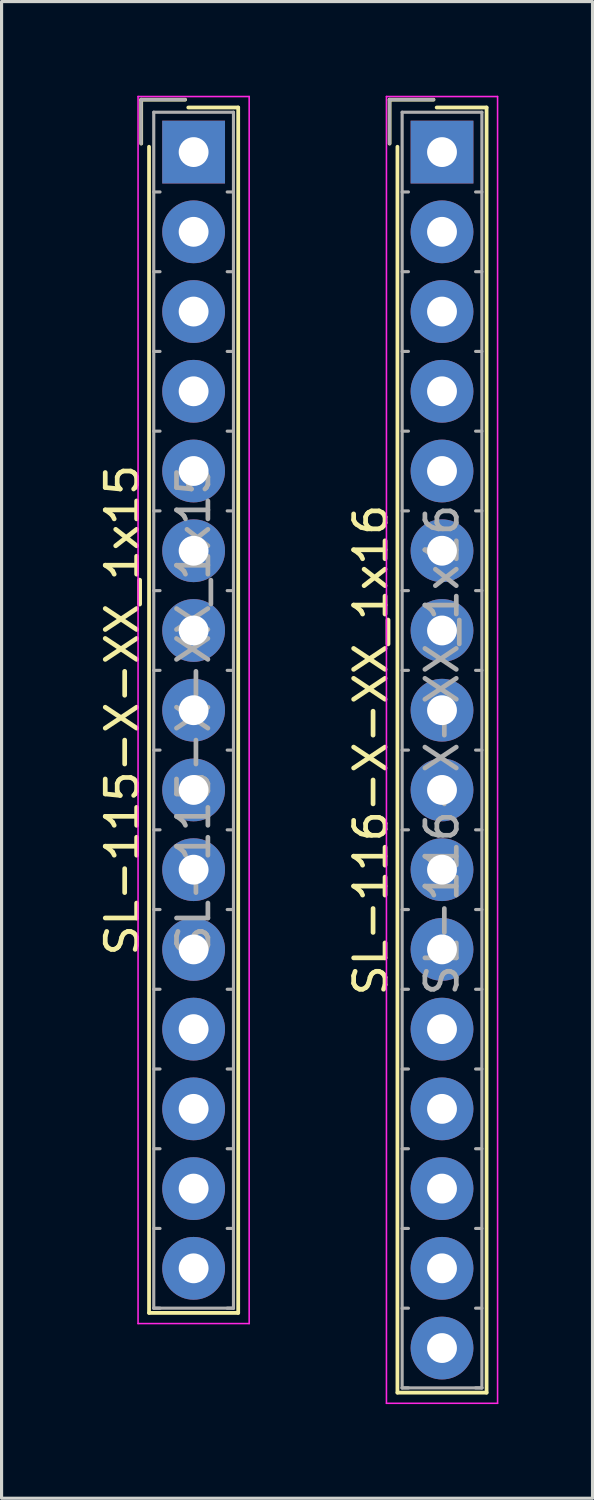
<source format=kicad_pcb>
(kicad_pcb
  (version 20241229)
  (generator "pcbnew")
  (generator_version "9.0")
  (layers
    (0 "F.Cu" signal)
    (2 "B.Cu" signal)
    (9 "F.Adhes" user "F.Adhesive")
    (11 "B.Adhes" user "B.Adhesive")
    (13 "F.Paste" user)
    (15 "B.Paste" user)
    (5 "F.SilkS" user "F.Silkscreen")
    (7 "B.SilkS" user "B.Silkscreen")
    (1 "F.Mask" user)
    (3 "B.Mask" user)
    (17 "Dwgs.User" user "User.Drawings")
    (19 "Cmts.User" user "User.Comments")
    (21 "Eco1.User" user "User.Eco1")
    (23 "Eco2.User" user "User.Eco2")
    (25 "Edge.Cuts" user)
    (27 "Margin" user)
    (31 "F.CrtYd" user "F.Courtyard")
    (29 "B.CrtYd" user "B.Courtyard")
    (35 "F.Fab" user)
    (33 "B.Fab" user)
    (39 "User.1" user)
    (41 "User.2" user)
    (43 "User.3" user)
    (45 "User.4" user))
  (footprint "SL-116-X-XX_1x16"
    (layer "F.Cu")
    (at 11.031 1.795)
    (property "Reference" "SL-116-X-XX_1x16" (at -2.27 19.05 90) (layer "F.SilkS") (effects (font (size 1 1) (thickness 0.15))))
    (attr through_hole)
    (fp_line (start -1.67 -1.67) (end -1.67 -0.27) (stroke (width 0.12) (type solid)) (layer "F.SilkS"))
    (fp_line (start -1.42 39.52) (end -1.42 -0.17) (stroke (width 0.12) (type solid)) (layer "F.SilkS"))
    (fp_line (start -0.27 -1.67) (end -1.67 -1.67) (stroke (width 0.12) (type solid)) (layer "F.SilkS"))
    (fp_line (start -0.17 -1.42) (end 1.42 -1.42) (stroke (width 0.12) (type solid)) (layer "F.SilkS"))
    (fp_line (start 1.42 -1.42) (end 1.42 39.52) (stroke (width 0.12) (type solid)) (layer "F.SilkS"))
    (fp_line (start 1.42 39.52) (end -1.42 39.52) (stroke (width 0.12) (type solid)) (layer "F.SilkS"))
    (fp_line (start -1.77 -1.77) (end -1.77 39.86) (stroke (width 0.05) (type solid)) (layer "F.CrtYd"))
    (fp_line (start -1.77 39.86) (end 1.77 39.86) (stroke (width 0.05) (type solid)) (layer "F.CrtYd"))
    (fp_line (start 1.77 -1.77) (end -1.77 -1.77) (stroke (width 0.05) (type solid)) (layer "F.CrtYd"))
    (fp_line (start 1.77 39.86) (end 1.77 -1.77) (stroke (width 0.05) (type solid)) (layer "F.CrtYd"))
    (fp_line (start -1.67 -1.67) (end -1.67 -0.27) (stroke (width 0.1) (type solid)) (layer "F.Fab"))
    (fp_line (start -1.27 -1.27) (end -1.27 39.37) (stroke (width 0.1) (type solid)) (layer "F.Fab"))
    (fp_line (start -1.27 1.27) (end -1.07 1.27) (stroke (width 0.1) (type solid)) (layer "F.Fab"))
    (fp_line (start -1.27 3.81) (end -1.07 3.81) (stroke (width 0.1) (type solid)) (layer "F.Fab"))
    (fp_line (start -1.27 6.35) (end -1.07 6.35) (stroke (width 0.1) (type solid)) (layer "F.Fab"))
    (fp_line (start -1.27 8.89) (end -1.07 8.89) (stroke (width 0.1) (type solid)) (layer "F.Fab"))
    (fp_line (start -1.27 11.43) (end -1.07 11.43) (stroke (width 0.1) (type solid)) (layer "F.Fab"))
    (fp_line (start -1.27 13.97) (end -1.07 13.97) (stroke (width 0.1) (type solid)) (layer "F.Fab"))
    (fp_line (start -1.27 16.51) (end -1.07 16.51) (stroke (width 0.1) (type solid)) (layer "F.Fab"))
    (fp_line (start -1.27 19.05) (end -1.07 19.05) (stroke (width 0.1) (type solid)) (layer "F.Fab"))
    (fp_line (start -1.27 21.59) (end -1.07 21.59) (stroke (width 0.1) (type solid)) (layer "F.Fab"))
    (fp_line (start -1.27 24.13) (end -1.07 24.13) (stroke (width 0.1) (type solid)) (layer "F.Fab"))
    (fp_line (start -1.27 26.67) (end -1.07 26.67) (stroke (width 0.1) (type solid)) (layer "F.Fab"))
    (fp_line (start -1.27 29.21) (end -1.07 29.21) (stroke (width 0.1) (type solid)) (layer "F.Fab"))
    (fp_line (start -1.27 31.75) (end -1.07 31.75) (stroke (width 0.1) (type solid)) (layer "F.Fab"))
    (fp_line (start -1.27 34.29) (end -1.07 34.29) (stroke (width 0.1) (type solid)) (layer "F.Fab"))
    (fp_line (start -1.27 36.83) (end -1.07 36.83) (stroke (width 0.1) (type solid)) (layer "F.Fab"))
    (fp_line (start -1.27 39.37) (end -1.07 39.37) (stroke (width 0.1) (type solid)) (layer "F.Fab"))
    (fp_line (start -1.27 39.37) (end 1.27 39.37) (stroke (width 0.1) (type solid)) (layer "F.Fab"))
    (fp_line (start -0.27 -1.67) (end -1.67 -1.67) (stroke (width 0.1) (type solid)) (layer "F.Fab"))
    (fp_line (start 1.27 -1.27) (end -1.27 -1.27) (stroke (width 0.1) (type solid)) (layer "F.Fab"))
    (fp_line (start 1.27 1.27) (end 1.07 1.27) (stroke (width 0.1) (type solid)) (layer "F.Fab"))
    (fp_line (start 1.27 3.81) (end 1.07 3.81) (stroke (width 0.1) (type solid)) (layer "F.Fab"))
    (fp_line (start 1.27 6.35) (end 1.07 6.35) (stroke (width 0.1) (type solid)) (layer "F.Fab"))
    (fp_line (start 1.27 8.89) (end 1.07 8.89) (stroke (width 0.1) (type solid)) (layer "F.Fab"))
    (fp_line (start 1.27 11.43) (end 1.07 11.43) (stroke (width 0.1) (type solid)) (layer "F.Fab"))
    (fp_line (start 1.27 13.97) (end 1.07 13.97) (stroke (width 0.1) (type solid)) (layer "F.Fab"))
    (fp_line (start 1.27 16.51) (end 1.07 16.51) (stroke (width 0.1) (type solid)) (layer "F.Fab"))
    (fp_line (start 1.27 19.05) (end 1.07 19.05) (stroke (width 0.1) (type solid)) (layer "F.Fab"))
    (fp_line (start 1.27 21.59) (end 1.07 21.59) (stroke (width 0.1) (type solid)) (layer "F.Fab"))
    (fp_line (start 1.27 24.13) (end 1.07 24.13) (stroke (width 0.1) (type solid)) (layer "F.Fab"))
    (fp_line (start 1.27 26.67) (end 1.07 26.67) (stroke (width 0.1) (type solid)) (layer "F.Fab"))
    (fp_line (start 1.27 29.21) (end 1.07 29.21) (stroke (width 0.1) (type solid)) (layer "F.Fab"))
    (fp_line (start 1.27 31.75) (end 1.07 31.75) (stroke (width 0.1) (type solid)) (layer "F.Fab"))
    (fp_line (start 1.27 34.29) (end 1.07 34.29) (stroke (width 0.1) (type solid)) (layer "F.Fab"))
    (fp_line (start 1.27 36.83) (end 1.07 36.83) (stroke (width 0.1) (type solid)) (layer "F.Fab"))
    (fp_line (start 1.27 39.37) (end 1.07 39.37) (stroke (width 0.1) (type solid)) (layer "F.Fab"))
    (fp_line (start 1.27 39.37) (end 1.27 -1.27) (stroke (width 0.1) (type solid)) (layer "F.Fab"))
    (fp_text user "${REFERENCE}" (at 0 19.05 90) (layer "F.Fab") (effects (font (size 1 1) (thickness 0.15))))
    (pad "1" thru_hole rect (at 0 0) (size 2 2) (drill 0.95) (layers "*.Cu" "*.Mask"))
    (pad "2" thru_hole circle (at 0 2.54) (size 2 2) (drill 0.95) (layers "*.Cu" "*.Mask"))
    (pad "3" thru_hole circle (at 0 5.08) (size 2 2) (drill 0.95) (layers "*.Cu" "*.Mask"))
    (pad "4" thru_hole circle (at 0 7.62) (size 2 2) (drill 0.95) (layers "*.Cu" "*.Mask"))
    (pad "5" thru_hole circle (at 0 10.16) (size 2 2) (drill 0.95) (layers "*.Cu" "*.Mask"))
    (pad "6" thru_hole circle (at 0 12.7) (size 2 2) (drill 0.95) (layers "*.Cu" "*.Mask"))
    (pad "7" thru_hole circle (at 0 15.24) (size 2 2) (drill 0.95) (layers "*.Cu" "*.Mask"))
    (pad "8" thru_hole circle (at 0 17.78) (size 2 2) (drill 0.95) (layers "*.Cu" "*.Mask"))
    (pad "9" thru_hole circle (at 0 20.32) (size 2 2) (drill 0.95) (layers "*.Cu" "*.Mask"))
    (pad "10" thru_hole circle (at 0 22.86) (size 2 2) (drill 0.95) (layers "*.Cu" "*.Mask"))
    (pad "11" thru_hole circle (at 0 25.4) (size 2 2) (drill 0.95) (layers "*.Cu" "*.Mask"))
    (pad "12" thru_hole circle (at 0 27.94) (size 2 2) (drill 0.95) (layers "*.Cu" "*.Mask"))
    (pad "13" thru_hole circle (at 0 30.48) (size 2 2) (drill 0.95) (layers "*.Cu" "*.Mask"))
    (pad "14" thru_hole circle (at 0 33.02) (size 2 2) (drill 0.95) (layers "*.Cu" "*.Mask"))
    (pad "15" thru_hole circle (at 0 35.56) (size 2 2) (drill 0.95) (layers "*.Cu" "*.Mask"))
    (pad "16" thru_hole circle (at 0 38.1) (size 2 2) (drill 0.95) (layers "*.Cu" "*.Mask")))
  (footprint "SL-115-X-XX_1x15"
    (layer "F.Cu")
    (at 3.118 1.795)
    (property "Reference" "SL-115-X-XX_1x15" (at -2.27 17.78 90) (layer "F.SilkS") (effects (font (size 1 1) (thickness 0.15))))
    (attr through_hole)
    (fp_line (start -1.67 -1.67) (end -1.67 -0.27) (stroke (width 0.12) (type solid)) (layer "F.SilkS"))
    (fp_line (start -1.42 36.98) (end -1.42 -0.17) (stroke (width 0.12) (type solid)) (layer "F.SilkS"))
    (fp_line (start -0.27 -1.67) (end -1.67 -1.67) (stroke (width 0.12) (type solid)) (layer "F.SilkS"))
    (fp_line (start -0.17 -1.42) (end 1.42 -1.42) (stroke (width 0.12) (type solid)) (layer "F.SilkS"))
    (fp_line (start 1.42 -1.42) (end 1.42 36.98) (stroke (width 0.12) (type solid)) (layer "F.SilkS"))
    (fp_line (start 1.42 36.98) (end -1.42 36.98) (stroke (width 0.12) (type solid)) (layer "F.SilkS"))
    (fp_line (start -1.77 -1.77) (end -1.77 37.32) (stroke (width 0.05) (type solid)) (layer "F.CrtYd"))
    (fp_line (start -1.77 37.32) (end 1.77 37.32) (stroke (width 0.05) (type solid)) (layer "F.CrtYd"))
    (fp_line (start 1.77 -1.77) (end -1.77 -1.77) (stroke (width 0.05) (type solid)) (layer "F.CrtYd"))
    (fp_line (start 1.77 37.32) (end 1.77 -1.77) (stroke (width 0.05) (type solid)) (layer "F.CrtYd"))
    (fp_line (start -1.67 -1.67) (end -1.67 -0.27) (stroke (width 0.1) (type solid)) (layer "F.Fab"))
    (fp_line (start -1.27 -1.27) (end -1.27 36.83) (stroke (width 0.1) (type solid)) (layer "F.Fab"))
    (fp_line (start -1.27 1.27) (end -1.07 1.27) (stroke (width 0.1) (type solid)) (layer "F.Fab"))
    (fp_line (start -1.27 3.81) (end -1.07 3.81) (stroke (width 0.1) (type solid)) (layer "F.Fab"))
    (fp_line (start -1.27 6.35) (end -1.07 6.35) (stroke (width 0.1) (type solid)) (layer "F.Fab"))
    (fp_line (start -1.27 8.89) (end -1.07 8.89) (stroke (width 0.1) (type solid)) (layer "F.Fab"))
    (fp_line (start -1.27 11.43) (end -1.07 11.43) (stroke (width 0.1) (type solid)) (layer "F.Fab"))
    (fp_line (start -1.27 13.97) (end -1.07 13.97) (stroke (width 0.1) (type solid)) (layer "F.Fab"))
    (fp_line (start -1.27 16.51) (end -1.07 16.51) (stroke (width 0.1) (type solid)) (layer "F.Fab"))
    (fp_line (start -1.27 19.05) (end -1.07 19.05) (stroke (width 0.1) (type solid)) (layer "F.Fab"))
    (fp_line (start -1.27 21.59) (end -1.07 21.59) (stroke (width 0.1) (type solid)) (layer "F.Fab"))
    (fp_line (start -1.27 24.13) (end -1.07 24.13) (stroke (width 0.1) (type solid)) (layer "F.Fab"))
    (fp_line (start -1.27 26.67) (end -1.07 26.67) (stroke (width 0.1) (type solid)) (layer "F.Fab"))
    (fp_line (start -1.27 29.21) (end -1.07 29.21) (stroke (width 0.1) (type solid)) (layer "F.Fab"))
    (fp_line (start -1.27 31.75) (end -1.07 31.75) (stroke (width 0.1) (type solid)) (layer "F.Fab"))
    (fp_line (start -1.27 34.29) (end -1.07 34.29) (stroke (width 0.1) (type solid)) (layer "F.Fab"))
    (fp_line (start -1.27 36.83) (end -1.07 36.83) (stroke (width 0.1) (type solid)) (layer "F.Fab"))
    (fp_line (start -1.27 36.83) (end 1.27 36.83) (stroke (width 0.1) (type solid)) (layer "F.Fab"))
    (fp_line (start -0.27 -1.67) (end -1.67 -1.67) (stroke (width 0.1) (type solid)) (layer "F.Fab"))
    (fp_line (start 1.27 -1.27) (end -1.27 -1.27) (stroke (width 0.1) (type solid)) (layer "F.Fab"))
    (fp_line (start 1.27 1.27) (end 1.07 1.27) (stroke (width 0.1) (type solid)) (layer "F.Fab"))
    (fp_line (start 1.27 3.81) (end 1.07 3.81) (stroke (width 0.1) (type solid)) (layer "F.Fab"))
    (fp_line (start 1.27 6.35) (end 1.07 6.35) (stroke (width 0.1) (type solid)) (layer "F.Fab"))
    (fp_line (start 1.27 8.89) (end 1.07 8.89) (stroke (width 0.1) (type solid)) (layer "F.Fab"))
    (fp_line (start 1.27 11.43) (end 1.07 11.43) (stroke (width 0.1) (type solid)) (layer "F.Fab"))
    (fp_line (start 1.27 13.97) (end 1.07 13.97) (stroke (width 0.1) (type solid)) (layer "F.Fab"))
    (fp_line (start 1.27 16.51) (end 1.07 16.51) (stroke (width 0.1) (type solid)) (layer "F.Fab"))
    (fp_line (start 1.27 19.05) (end 1.07 19.05) (stroke (width 0.1) (type solid)) (layer "F.Fab"))
    (fp_line (start 1.27 21.59) (end 1.07 21.59) (stroke (width 0.1) (type solid)) (layer "F.Fab"))
    (fp_line (start 1.27 24.13) (end 1.07 24.13) (stroke (width 0.1) (type solid)) (layer "F.Fab"))
    (fp_line (start 1.27 26.67) (end 1.07 26.67) (stroke (width 0.1) (type solid)) (layer "F.Fab"))
    (fp_line (start 1.27 29.21) (end 1.07 29.21) (stroke (width 0.1) (type solid)) (layer "F.Fab"))
    (fp_line (start 1.27 31.75) (end 1.07 31.75) (stroke (width 0.1) (type solid)) (layer "F.Fab"))
    (fp_line (start 1.27 34.29) (end 1.07 34.29) (stroke (width 0.1) (type solid)) (layer "F.Fab"))
    (fp_line (start 1.27 36.83) (end 1.07 36.83) (stroke (width 0.1) (type solid)) (layer "F.Fab"))
    (fp_line (start 1.27 36.83) (end 1.27 -1.27) (stroke (width 0.1) (type solid)) (layer "F.Fab"))
    (fp_text user "${REFERENCE}" (at 0 17.78 90) (layer "F.Fab") (effects (font (size 1 1) (thickness 0.15))))
    (pad "1" thru_hole rect (at 0 0) (size 2 2) (drill 0.95) (layers "*.Cu" "*.Mask"))
    (pad "2" thru_hole circle (at 0 2.54) (size 2 2) (drill 0.95) (layers "*.Cu" "*.Mask"))
    (pad "3" thru_hole circle (at 0 5.08) (size 2 2) (drill 0.95) (layers "*.Cu" "*.Mask"))
    (pad "4" thru_hole circle (at 0 7.62) (size 2 2) (drill 0.95) (layers "*.Cu" "*.Mask"))
    (pad "5" thru_hole circle (at 0 10.16) (size 2 2) (drill 0.95) (layers "*.Cu" "*.Mask"))
    (pad "6" thru_hole circle (at 0 12.7) (size 2 2) (drill 0.95) (layers "*.Cu" "*.Mask"))
    (pad "7" thru_hole circle (at 0 15.24) (size 2 2) (drill 0.95) (layers "*.Cu" "*.Mask"))
    (pad "8" thru_hole circle (at 0 17.78) (size 2 2) (drill 0.95) (layers "*.Cu" "*.Mask"))
    (pad "9" thru_hole circle (at 0 20.32) (size 2 2) (drill 0.95) (layers "*.Cu" "*.Mask"))
    (pad "10" thru_hole circle (at 0 22.86) (size 2 2) (drill 0.95) (layers "*.Cu" "*.Mask"))
    (pad "11" thru_hole circle (at 0 25.4) (size 2 2) (drill 0.95) (layers "*.Cu" "*.Mask"))
    (pad "12" thru_hole circle (at 0 27.94) (size 2 2) (drill 0.95) (layers "*.Cu" "*.Mask"))
    (pad "13" thru_hole circle (at 0 30.48) (size 2 2) (drill 0.95) (layers "*.Cu" "*.Mask"))
    (pad "14" thru_hole circle (at 0 33.02) (size 2 2) (drill 0.95) (layers "*.Cu" "*.Mask"))
    (pad "15" thru_hole circle (at 0 35.56) (size 2 2) (drill 0.95) (layers "*.Cu" "*.Mask")))
  (gr_rect
    (start -3 -3)
    (end 15.826 44.68)
    (stroke (width 0.1) (type default))
    (fill no)
    (layer "Edge.Cuts")))
</source>
